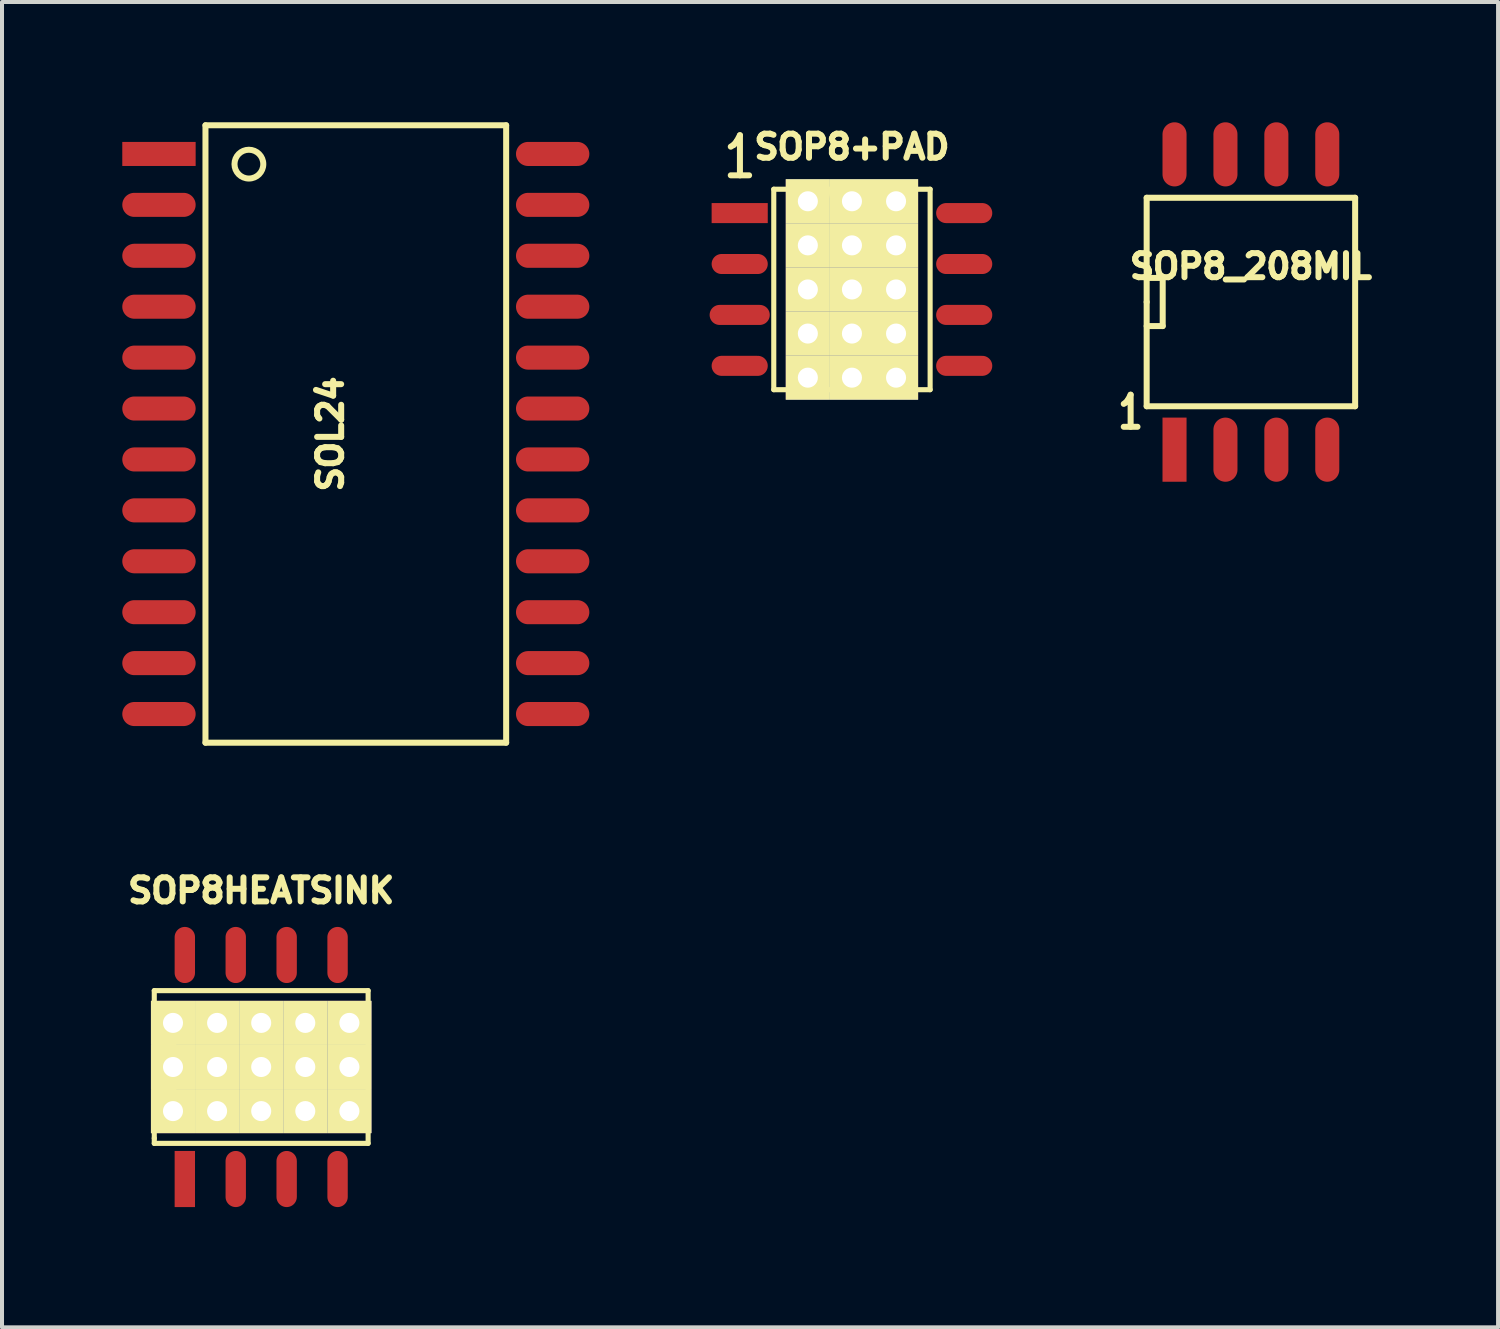
<source format=kicad_pcb>
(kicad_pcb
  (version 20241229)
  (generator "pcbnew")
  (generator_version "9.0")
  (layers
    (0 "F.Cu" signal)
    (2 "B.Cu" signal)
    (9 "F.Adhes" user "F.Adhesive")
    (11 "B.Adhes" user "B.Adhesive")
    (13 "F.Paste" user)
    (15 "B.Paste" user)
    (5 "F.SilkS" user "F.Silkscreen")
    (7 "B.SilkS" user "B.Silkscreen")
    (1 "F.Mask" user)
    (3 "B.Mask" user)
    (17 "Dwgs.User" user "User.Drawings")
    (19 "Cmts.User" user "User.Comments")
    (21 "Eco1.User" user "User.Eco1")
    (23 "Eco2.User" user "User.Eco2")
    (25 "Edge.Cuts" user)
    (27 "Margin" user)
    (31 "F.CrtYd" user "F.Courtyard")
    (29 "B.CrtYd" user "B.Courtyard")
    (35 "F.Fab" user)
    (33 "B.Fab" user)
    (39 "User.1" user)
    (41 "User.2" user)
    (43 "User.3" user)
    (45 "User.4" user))
  (footprint "SOP8_208MIL"
    (layer "F.Cu")
    (at 28.151 4.483)
    (property "Reference" "SOP8_208MIL" (at 0 -0.889 0) (layer "F.SilkS") (effects (font (size 0.6 0.6) (thickness 0.15))))
    (attr smd)
    (fp_line (start -2.6 -2.6) (end 2.6 -2.6) (stroke (width 0.15) (type solid)) (layer "F.SilkS"))
    (fp_line (start -2.6 0) (end -2.6 -2.6) (stroke (width 0.15) (type solid)) (layer "F.SilkS"))
    (fp_line (start -2.6 0.6) (end -2.2 0.6) (stroke (width 0.15) (type solid)) (layer "F.SilkS"))
    (fp_line (start -2.6 2.6) (end -2.6 0) (stroke (width 0.15) (type solid)) (layer "F.SilkS"))
    (fp_line (start -2.2 -0.6) (end -2.6 -0.6) (stroke (width 0.15) (type solid)) (layer "F.SilkS"))
    (fp_line (start -2.2 0.6) (end -2.2 -0.6) (stroke (width 0.15) (type solid)) (layer "F.SilkS"))
    (fp_line (start 2.6 -2.6) (end 2.6 2.6) (stroke (width 0.15) (type solid)) (layer "F.SilkS"))
    (fp_line (start 2.6 2.6) (end -2.6 2.6) (stroke (width 0.15) (type solid)) (layer "F.SilkS"))
    (fp_text user "1" (at -3 2.75 0) (layer "F.SilkS") (effects (font (size 0.8 0.6) (thickness 0.15))))
    (pad "1" smd rect (at -1.905 3.683) (size 0.6 1.6) (layers "F.Cu" "F.Mask" "F.Paste"))
    (pad "2" smd oval (at -0.635 3.683) (size 0.6 1.6) (layers "F.Cu" "F.Mask" "F.Paste"))
    (pad "3" smd oval (at 0.635 3.683) (size 0.6 1.6) (layers "F.Cu" "F.Mask" "F.Paste"))
    (pad "4" smd oval (at 1.905 3.683) (size 0.6 1.6) (layers "F.Cu" "F.Mask" "F.Paste"))
    (pad "5" smd oval (at 1.905 -3.683) (size 0.6 1.6) (layers "F.Cu" "F.Mask" "F.Paste"))
    (pad "6" smd oval (at 0.635 -3.683) (size 0.6 1.6) (layers "F.Cu" "F.Mask" "F.Paste"))
    (pad "7" smd oval (at -0.635 -3.683) (size 0.6 1.6) (layers "F.Cu" "F.Mask" "F.Paste"))
    (pad "8" smd oval (at -1.905 -3.683) (size 0.6 1.6) (layers "F.Cu" "F.Mask" "F.Paste")))
  (footprint "SOP8+PAD"
    (layer "F.Cu")
    (at 18.2 4.17)
    (property "Reference" "SOP8+PAD" (at 0 -3.556 0) (layer "F.SilkS") (effects (font (size 0.6 0.6) (thickness 0.15))))
    (attr smd)
    (fp_line (start -1.95 -2.5) (end -1.95 2.5) (stroke (width 0.127) (type solid)) (layer "F.SilkS"))
    (fp_line (start 1.95 -2.5) (end -1.95 -2.5) (stroke (width 0.127) (type solid)) (layer "F.SilkS"))
    (fp_line (start 1.95 2.5) (end -1.95 2.5) (stroke (width 0.127) (type solid)) (layer "F.SilkS"))
    (fp_line (start 1.95 2.5) (end 1.95 -2.5) (stroke (width 0.127) (type solid)) (layer "F.SilkS"))
    (fp_arc (start 0.5 -2.45) (mid 0 -1.95) (end -0.5 -2.45) (stroke (width 0.15) (type solid)) (layer "F.SilkS"))
    (fp_text user "1" (at -2.794 -3.302 0) (layer "F.SilkS") (effects (font (size 1 0.8) (thickness 0.15))))
    (pad "1" smd rect (at -2.8 -1.905) (size 1.4 0.5) (layers "F.Cu" "F.Mask" "F.Paste"))
    (pad "2" smd oval (at -2.8 -0.635) (size 1.4 0.5) (layers "F.Cu" "F.Mask" "F.Paste"))
    (pad "3" smd oval (at -2.8 0.635) (size 1.5 0.5) (layers "F.Cu" "F.Mask" "F.Paste"))
    (pad "4" smd oval (at -2.8 1.905) (size 1.4 0.5) (layers "F.Cu" "F.Mask" "F.Paste"))
    (pad "5" smd oval (at 2.8 1.905) (size 1.4 0.5) (layers "F.Cu" "F.Mask" "F.Paste"))
    (pad "6" smd oval (at 2.8 0.635) (size 1.4 0.5) (layers "F.Cu" "F.Mask" "F.Paste"))
    (pad "7" smd oval (at 2.8 -0.635) (size 1.4 0.5) (layers "F.Cu" "F.Mask" "F.Paste"))
    (pad "8" smd oval (at 2.8 -1.905) (size 1.4 0.5) (layers "F.Cu" "F.Mask" "F.Paste"))
    (pad "PAD" thru_hole rect (at -1.1 -2.2) (size 1.1 1.1) (drill 0.5) (layers "*.Cu" "F.Mask" "F.SilkS"))
    (pad "PAD" thru_hole rect (at -1.1 -1.1) (size 1.1 1.1) (drill 0.5) (layers "*.Cu" "F.Mask" "F.SilkS"))
    (pad "PAD" thru_hole rect (at -1.1 0) (size 1.1 1.1) (drill 0.5) (layers "*.Cu" "F.Mask" "F.SilkS"))
    (pad "PAD" thru_hole rect (at -1.1 1.1) (size 1.1 1.1) (drill 0.5) (layers "*.Cu" "F.Mask" "F.SilkS"))
    (pad "PAD" thru_hole rect (at -1.1 2.2) (size 1.1 1.1) (drill 0.5) (layers "*.Cu" "F.Mask" "F.SilkS"))
    (pad "PAD" thru_hole rect (at 0 -2.2) (size 1.1 1.1) (drill 0.5) (layers "*.Cu" "F.Mask" "F.SilkS"))
    (pad "PAD" thru_hole rect (at 0 -1.1) (size 1.1 1.1) (drill 0.5) (layers "*.Cu" "F.Mask" "F.SilkS"))
    (pad "PAD" thru_hole rect (at 0 0) (size 1.1 1.1) (drill 0.5) (layers "*.Cu" "F.Mask" "F.SilkS"))
    (pad "PAD" thru_hole rect (at 0 1.1) (size 1.1 1.1) (drill 0.5) (layers "*.Cu" "F.Mask" "F.SilkS"))
    (pad "PAD" thru_hole rect (at 0 2.2) (size 1.1 1.1) (drill 0.5) (layers "*.Cu" "F.Mask" "F.SilkS"))
    (pad "PAD" thru_hole rect (at 1.1 -2.2) (size 1.1 1.1) (drill 0.5) (layers "*.Cu" "F.Mask" "F.SilkS"))
    (pad "PAD" thru_hole rect (at 1.1 -1.1) (size 1.1 1.1) (drill 0.5) (layers "*.Cu" "F.Mask" "F.SilkS"))
    (pad "PAD" thru_hole rect (at 1.1 0) (size 1.1 1.1) (drill 0.5) (layers "*.Cu" "F.Mask" "F.SilkS"))
    (pad "PAD" thru_hole rect (at 1.1 1.1) (size 1.1 1.1) (drill 0.5) (layers "*.Cu" "F.Mask" "F.SilkS"))
    (pad "PAD" thru_hole rect (at 1.1 2.2) (size 1.1 1.1) (drill 0.5) (layers "*.Cu" "F.Mask" "F.SilkS")))
  (footprint "SOL24"
    (layer "F.Cu")
    (at 5.825 7.775)
    (property "Reference" "SOL24" (at -0.635 0 90) (layer "F.SilkS") (effects (font (size 0.6 0.6) (thickness 0.15))))
    (attr smd)
    (fp_line (start -3.75 -7.7) (end 3.75 -7.7) (stroke (width 0.15) (type solid)) (layer "F.SilkS"))
    (fp_line (start -3.75 7.7) (end -3.75 -7.7) (stroke (width 0.15) (type solid)) (layer "F.SilkS"))
    (fp_line (start 3.75 -7.7) (end 3.75 7.7) (stroke (width 0.15) (type solid)) (layer "F.SilkS"))
    (fp_line (start 3.75 7.7) (end -3.75 7.7) (stroke (width 0.15) (type solid)) (layer "F.SilkS"))
    (fp_circle (center -2.667 -6.731) (end -2.413 -6.985) (stroke (width 0.15) (type solid)) (fill no) (layer "F.SilkS"))
    (pad "1" smd rect (at -4.91 -6.985) (size 1.83 0.6) (layers "F.Cu" "F.Mask" "F.Paste"))
    (pad "2" smd oval (at -4.91 -5.715) (size 1.83 0.6) (layers "F.Cu" "F.Mask" "F.Paste"))
    (pad "3" smd oval (at -4.91 -4.445) (size 1.83 0.6) (layers "F.Cu" "F.Mask" "F.Paste"))
    (pad "4" smd oval (at -4.91 -3.175) (size 1.83 0.6) (layers "F.Cu" "F.Mask" "F.Paste"))
    (pad "5" smd oval (at -4.91 -1.905) (size 1.83 0.6) (layers "F.Cu" "F.Mask" "F.Paste"))
    (pad "6" smd oval (at -4.91 -0.635) (size 1.83 0.6) (layers "F.Cu" "F.Mask" "F.Paste"))
    (pad "7" smd oval (at -4.91 0.635) (size 1.83 0.6) (layers "F.Cu" "F.Mask" "F.Paste"))
    (pad "8" smd oval (at -4.91 1.905) (size 1.83 0.6) (layers "F.Cu" "F.Mask" "F.Paste"))
    (pad "9" smd oval (at -4.91 3.175) (size 1.83 0.6) (layers "F.Cu" "F.Mask" "F.Paste"))
    (pad "10" smd oval (at -4.91 4.445) (size 1.83 0.6) (layers "F.Cu" "F.Mask" "F.Paste"))
    (pad "11" smd oval (at -4.91 5.715) (size 1.83 0.6) (layers "F.Cu" "F.Mask" "F.Paste"))
    (pad "12" smd oval (at -4.91 6.985) (size 1.83 0.6) (layers "F.Cu" "F.Mask" "F.Paste"))
    (pad "13" smd oval (at 4.91 6.985) (size 1.83 0.6) (layers "F.Cu" "F.Mask" "F.Paste"))
    (pad "14" smd oval (at 4.91 5.715) (size 1.83 0.6) (layers "F.Cu" "F.Mask" "F.Paste"))
    (pad "15" smd oval (at 4.91 4.445) (size 1.83 0.6) (layers "F.Cu" "F.Mask" "F.Paste"))
    (pad "16" smd oval (at 4.91 3.175) (size 1.83 0.6) (layers "F.Cu" "F.Mask" "F.Paste"))
    (pad "17" smd oval (at 4.91 1.905) (size 1.83 0.6) (layers "F.Cu" "F.Mask" "F.Paste"))
    (pad "18" smd oval (at 4.91 0.635) (size 1.83 0.6) (layers "F.Cu" "F.Mask" "F.Paste"))
    (pad "19" smd oval (at 4.91 -0.635) (size 1.83 0.6) (layers "F.Cu" "F.Mask" "F.Paste"))
    (pad "20" smd oval (at 4.91 -1.905) (size 1.83 0.6) (layers "F.Cu" "F.Mask" "F.Paste"))
    (pad "21" smd oval (at 4.91 -3.175) (size 1.83 0.6) (layers "F.Cu" "F.Mask" "F.Paste"))
    (pad "22" smd oval (at 4.91 -4.445) (size 1.83 0.6) (layers "F.Cu" "F.Mask" "F.Paste"))
    (pad "23" smd oval (at 4.91 -5.715) (size 1.83 0.6) (layers "F.Cu" "F.Mask" "F.Paste"))
    (pad "24" smd oval (at 4.91 -6.985) (size 1.83 0.6) (layers "F.Cu" "F.Mask" "F.Paste")))
  (footprint "SOP8HEATSINK"
    (layer "F.Cu")
    (at 3.465 23.564)
    (property "Reference" "SOP8HEATSINK" (at 0 -4.4 0) (layer "F.SilkS") (effects (font (size 0.6 0.6) (thickness 0.15))))
    (attr smd)
    (fp_line (start -2.667 -1.905) (end -2.667 1.778) (stroke (width 0.127) (type solid)) (layer "F.SilkS"))
    (fp_line (start -2.667 -0.508) (end -2.159 -0.508) (stroke (width 0.127) (type solid)) (layer "F.SilkS"))
    (fp_line (start -2.667 1.778) (end -2.667 1.905) (stroke (width 0.127) (type solid)) (layer "F.SilkS"))
    (fp_line (start -2.667 1.905) (end 2.667 1.905) (stroke (width 0.127) (type solid)) (layer "F.SilkS"))
    (fp_line (start -2.159 -0.508) (end -2.159 0.508) (stroke (width 0.127) (type solid)) (layer "F.SilkS"))
    (fp_line (start -2.159 0.508) (end -2.667 0.508) (stroke (width 0.127) (type solid)) (layer "F.SilkS"))
    (fp_line (start 2.667 -1.905) (end -2.667 -1.905) (stroke (width 0.127) (type solid)) (layer "F.SilkS"))
    (fp_line (start 2.667 -1.905) (end 2.667 1.905) (stroke (width 0.127) (type solid)) (layer "F.SilkS"))
    (pad "1" smd rect (at -1.905 2.794) (size 0.508 1.4) (layers "F.Cu" "F.Mask" "F.Paste"))
    (pad "2" smd oval (at -0.635 2.794) (size 0.508 1.4) (layers "F.Cu" "F.Mask" "F.Paste"))
    (pad "3" smd oval (at 0.635 2.794) (size 0.508 1.4) (layers "F.Cu" "F.Mask" "F.Paste"))
    (pad "4" smd oval (at 1.905 2.794) (size 0.508 1.4) (layers "F.Cu" "F.Mask" "F.Paste"))
    (pad "5" smd oval (at 1.905 -2.794) (size 0.508 1.4) (layers "F.Cu" "F.Mask" "F.Paste"))
    (pad "6" smd oval (at 0.635 -2.794) (size 0.508 1.4) (layers "F.Cu" "F.Mask" "F.Paste"))
    (pad "7" smd oval (at -0.635 -2.794) (size 0.508 1.4) (layers "F.Cu" "F.Mask" "F.Paste"))
    (pad "8" smd oval (at -1.905 -2.794) (size 0.508 1.4) (layers "F.Cu" "F.Mask" "F.Paste"))
    (pad "H" thru_hole rect (at -2.2 -1.1) (size 1.1 1.1) (drill 0.5) (layers "*.Cu" "F.Mask" "F.SilkS"))
    (pad "H" thru_hole rect (at -2.2 0) (size 1.1 1.1) (drill 0.5) (layers "*.Cu" "F.Mask" "F.SilkS"))
    (pad "H" thru_hole rect (at -2.2 1.1) (size 1.1 1.1) (drill 0.5) (layers "*.Cu" "F.Mask" "F.SilkS"))
    (pad "H" thru_hole rect (at -1.1 -1.1) (size 1.1 1.1) (drill 0.5) (layers "*.Cu" "F.Mask" "F.SilkS"))
    (pad "H" thru_hole rect (at -1.1 0) (size 1.1 1.1) (drill 0.5) (layers "*.Cu" "F.Mask" "F.SilkS"))
    (pad "H" thru_hole rect (at -1.1 1.1) (size 1.1 1.1) (drill 0.5) (layers "*.Cu" "F.Mask" "F.SilkS"))
    (pad "H" thru_hole rect (at 0 -1.1) (size 1.1 1.1) (drill 0.5) (layers "*.Cu" "F.Mask" "F.SilkS"))
    (pad "H" thru_hole rect (at 0 0) (size 1.1 1.1) (drill 0.5) (layers "*.Cu" "F.Mask" "F.SilkS"))
    (pad "H" thru_hole rect (at 0 1.1) (size 1.1 1.1) (drill 0.5) (layers "*.Cu" "F.Mask" "F.SilkS"))
    (pad "H" thru_hole rect (at 1.1 -1.1) (size 1.1 1.1) (drill 0.5) (layers "*.Cu" "F.Mask" "F.SilkS"))
    (pad "H" thru_hole rect (at 1.1 0) (size 1.1 1.1) (drill 0.5) (layers "*.Cu" "F.Mask" "F.SilkS"))
    (pad "H" thru_hole rect (at 1.1 1.1) (size 1.1 1.1) (drill 0.5) (layers "*.Cu" "F.Mask" "F.SilkS"))
    (pad "H" thru_hole rect (at 2.2 -1.1) (size 1.1 1.1) (drill 0.5) (layers "*.Cu" "F.Mask" "F.SilkS"))
    (pad "H" thru_hole rect (at 2.2 0) (size 1.1 1.1) (drill 0.5) (layers "*.Cu" "F.Mask" "F.SilkS"))
    (pad "H" thru_hole rect (at 2.2 1.1) (size 1.1 1.1) (drill 0.5) (layers "*.Cu" "F.Mask" "F.SilkS")))
  (gr_rect
    (start -3 -3)
    (end 34.316 30.058)
    (stroke (width 0.1) (type default))
    (fill no)
    (layer "Edge.Cuts")))
</source>
